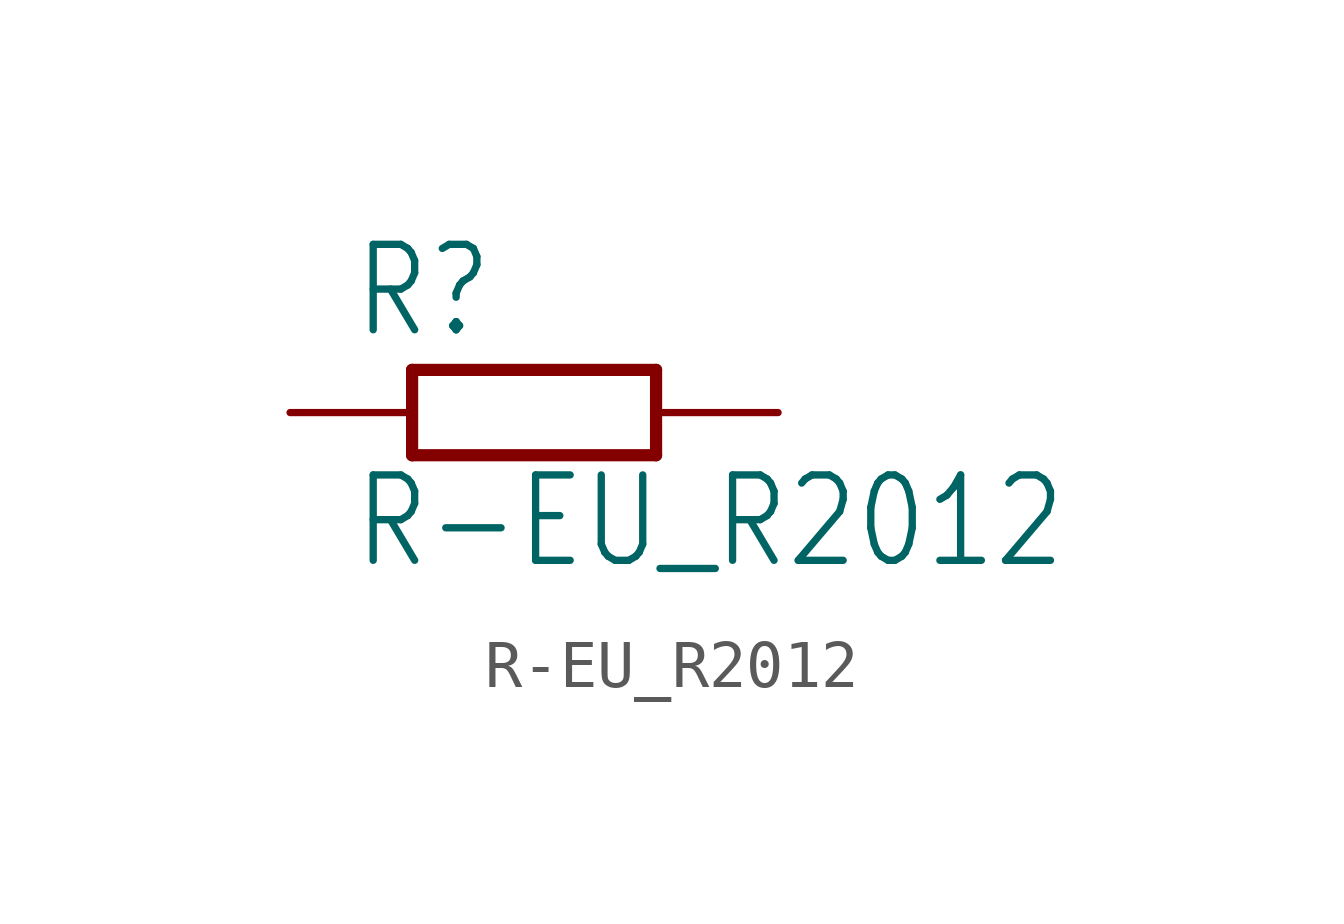
<source format=kicad_sym>
(kicad_symbol_lib
  (version 20211014)
  (generator kicad_symbol_editor)
  (symbol "R-EU_R2012"
    (property "Reference" "R"
      (at -3.81 1.499 0)
      (effects (font (size 1.778 1.511)) (justify left bottom)))
    (property "Value" "R-EU_R2012"
      (at -3.81 -3.302 0)
      (effects (font (size 1.778 1.511)) (justify left bottom)))
    (property "ki_locked" ""
      (at 0 0 0)
      (effects (font (size 1.27 1.27))))
    (symbol "R-EU_R2012_1_0"
      (polyline (pts (xy -2.54 -0.889) (xy -2.54 0.889)) (stroke (width 0.254) (type default) (color 0 0 0 0)) (fill (type none)))
      (polyline (pts (xy -2.54 -0.889) (xy 2.54 -0.889)) (stroke (width 0.254) (type default) (color 0 0 0 0)) (fill (type none)))
      (polyline (pts (xy 2.54 -0.889) (xy 2.54 0.889)) (stroke (width 0.254) (type default) (color 0 0 0 0)) (fill (type none)))
      (polyline (pts (xy 2.54 0.889) (xy -2.54 0.889)) (stroke (width 0.254) (type default) (color 0 0 0 0)) (fill (type none)))
      (pin passive line (at -5.08 0 0) (length 2.54) (name "1" (effects (font (size 0 0)))) (number "1" (effects (font (size 0 0)))))
      (pin passive line (at 5.08 0 180) (length 2.54) (name "2" (effects (font (size 0 0)))) (number "2" (effects (font (size 0 0))))))))
</source>
